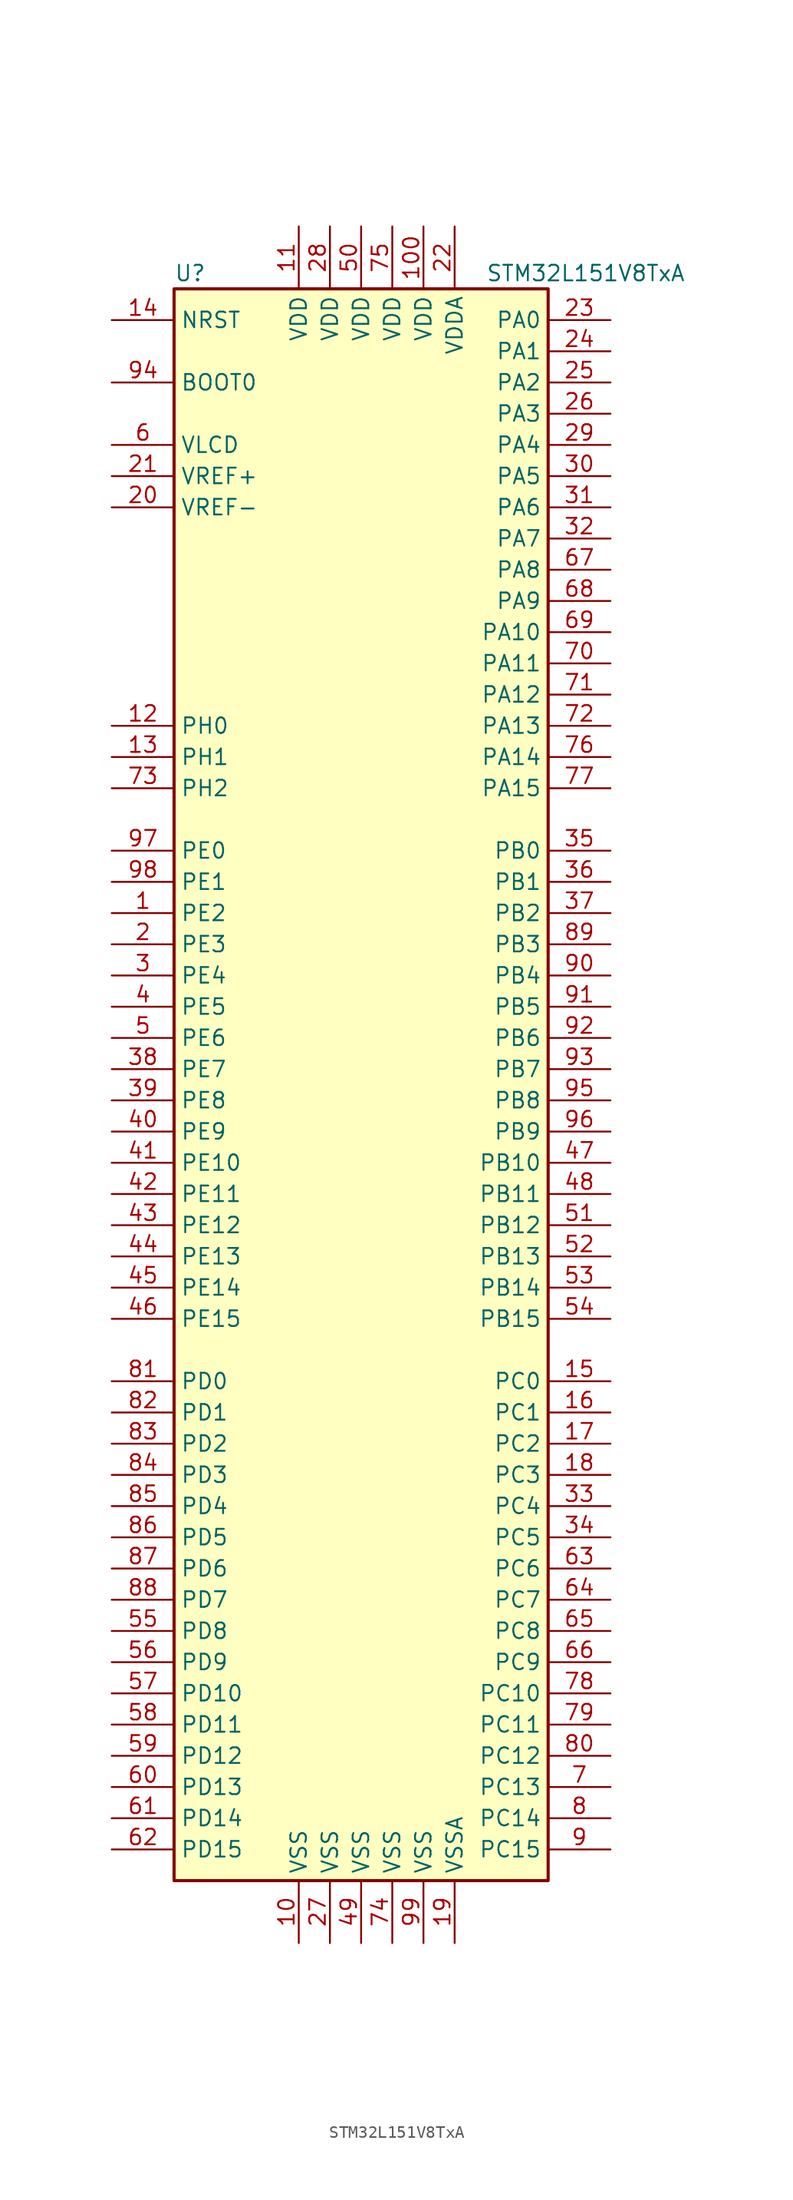
<source format=kicad_sym>
(kicad_symbol_lib
  (version 20201005)
  (generator kicad_symbol_editor)
  (symbol "STM32L151V8TxA"
    (property "Reference" "U"
      (at -15.24 64.77 0)
      (effects (font (size 1.27 1.27)) (justify left)))
    (property "Value" "STM32L151V8TxA"
      (at 10.16 64.77 0)
      (effects (font (size 1.27 1.27)) (justify left)))
    (symbol "STM32L151V8TxA_0_1"
      (rectangle (start -15.24 -66.04) (end 15.24 63.5) (stroke (width 0.254)) (fill (type background))))
    (symbol "STM32L151V8TxA_1_1"
      (pin bidirectional line (at -20.32 12.7 0) (length 5.08) (name "PE2" (effects (font (size 1.27 1.27)))) (number "1" (effects (font (size 1.27 1.27)))))
      (pin power_in line (at -5.08 -71.12 90) (length 5.08) (name "VSS" (effects (font (size 1.27 1.27)))) (number "10" (effects (font (size 1.27 1.27)))))
      (pin power_in line (at 5.08 68.58 270) (length 5.08) (name "VDD" (effects (font (size 1.27 1.27)))) (number "100" (effects (font (size 1.27 1.27)))))
      (pin power_in line (at -5.08 68.58 270) (length 5.08) (name "VDD" (effects (font (size 1.27 1.27)))) (number "11" (effects (font (size 1.27 1.27)))))
      (pin input line (at -20.32 27.94 0) (length 5.08) (name "PH0" (effects (font (size 1.27 1.27)))) (number "12" (effects (font (size 1.27 1.27)))))
      (pin input line (at -20.32 25.4 0) (length 5.08) (name "PH1" (effects (font (size 1.27 1.27)))) (number "13" (effects (font (size 1.27 1.27)))))
      (pin input line (at -20.32 60.96 0) (length 5.08) (name "NRST" (effects (font (size 1.27 1.27)))) (number "14" (effects (font (size 1.27 1.27)))))
      (pin bidirectional line (at 20.32 -25.4 180) (length 5.08) (name "PC0" (effects (font (size 1.27 1.27)))) (number "15" (effects (font (size 1.27 1.27)))))
      (pin bidirectional line (at 20.32 -27.94 180) (length 5.08) (name "PC1" (effects (font (size 1.27 1.27)))) (number "16" (effects (font (size 1.27 1.27)))))
      (pin bidirectional line (at 20.32 -30.48 180) (length 5.08) (name "PC2" (effects (font (size 1.27 1.27)))) (number "17" (effects (font (size 1.27 1.27)))))
      (pin bidirectional line (at 20.32 -33.02 180) (length 5.08) (name "PC3" (effects (font (size 1.27 1.27)))) (number "18" (effects (font (size 1.27 1.27)))))
      (pin power_in line (at 7.62 -71.12 90) (length 5.08) (name "VSSA" (effects (font (size 1.27 1.27)))) (number "19" (effects (font (size 1.27 1.27)))))
      (pin bidirectional line (at -20.32 10.16 0) (length 5.08) (name "PE3" (effects (font (size 1.27 1.27)))) (number "2" (effects (font (size 1.27 1.27)))))
      (pin power_in line (at -20.32 45.72 0) (length 5.08) (name "VREF-" (effects (font (size 1.27 1.27)))) (number "20" (effects (font (size 1.27 1.27)))))
      (pin power_in line (at -20.32 48.26 0) (length 5.08) (name "VREF+" (effects (font (size 1.27 1.27)))) (number "21" (effects (font (size 1.27 1.27)))))
      (pin power_in line (at 7.62 68.58 270) (length 5.08) (name "VDDA" (effects (font (size 1.27 1.27)))) (number "22" (effects (font (size 1.27 1.27)))))
      (pin bidirectional line (at 20.32 60.96 180) (length 5.08) (name "PA0" (effects (font (size 1.27 1.27)))) (number "23" (effects (font (size 1.27 1.27)))))
      (pin bidirectional line (at 20.32 58.42 180) (length 5.08) (name "PA1" (effects (font (size 1.27 1.27)))) (number "24" (effects (font (size 1.27 1.27)))))
      (pin bidirectional line (at 20.32 55.88 180) (length 5.08) (name "PA2" (effects (font (size 1.27 1.27)))) (number "25" (effects (font (size 1.27 1.27)))))
      (pin bidirectional line (at 20.32 53.34 180) (length 5.08) (name "PA3" (effects (font (size 1.27 1.27)))) (number "26" (effects (font (size 1.27 1.27)))))
      (pin power_in line (at -2.54 -71.12 90) (length 5.08) (name "VSS" (effects (font (size 1.27 1.27)))) (number "27" (effects (font (size 1.27 1.27)))))
      (pin power_in line (at -2.54 68.58 270) (length 5.08) (name "VDD" (effects (font (size 1.27 1.27)))) (number "28" (effects (font (size 1.27 1.27)))))
      (pin bidirectional line (at 20.32 50.8 180) (length 5.08) (name "PA4" (effects (font (size 1.27 1.27)))) (number "29" (effects (font (size 1.27 1.27)))))
      (pin bidirectional line (at -20.32 7.62 0) (length 5.08) (name "PE4" (effects (font (size 1.27 1.27)))) (number "3" (effects (font (size 1.27 1.27)))))
      (pin bidirectional line (at 20.32 48.26 180) (length 5.08) (name "PA5" (effects (font (size 1.27 1.27)))) (number "30" (effects (font (size 1.27 1.27)))))
      (pin bidirectional line (at 20.32 45.72 180) (length 5.08) (name "PA6" (effects (font (size 1.27 1.27)))) (number "31" (effects (font (size 1.27 1.27)))))
      (pin bidirectional line (at 20.32 43.18 180) (length 5.08) (name "PA7" (effects (font (size 1.27 1.27)))) (number "32" (effects (font (size 1.27 1.27)))))
      (pin bidirectional line (at 20.32 -35.56 180) (length 5.08) (name "PC4" (effects (font (size 1.27 1.27)))) (number "33" (effects (font (size 1.27 1.27)))))
      (pin bidirectional line (at 20.32 -38.1 180) (length 5.08) (name "PC5" (effects (font (size 1.27 1.27)))) (number "34" (effects (font (size 1.27 1.27)))))
      (pin bidirectional line (at 20.32 17.78 180) (length 5.08) (name "PB0" (effects (font (size 1.27 1.27)))) (number "35" (effects (font (size 1.27 1.27)))))
      (pin bidirectional line (at 20.32 15.24 180) (length 5.08) (name "PB1" (effects (font (size 1.27 1.27)))) (number "36" (effects (font (size 1.27 1.27)))))
      (pin bidirectional line (at 20.32 12.7 180) (length 5.08) (name "PB2" (effects (font (size 1.27 1.27)))) (number "37" (effects (font (size 1.27 1.27)))))
      (pin bidirectional line (at -20.32 0 0) (length 5.08) (name "PE7" (effects (font (size 1.27 1.27)))) (number "38" (effects (font (size 1.27 1.27)))))
      (pin bidirectional line (at -20.32 -2.54 0) (length 5.08) (name "PE8" (effects (font (size 1.27 1.27)))) (number "39" (effects (font (size 1.27 1.27)))))
      (pin bidirectional line (at -20.32 5.08 0) (length 5.08) (name "PE5" (effects (font (size 1.27 1.27)))) (number "4" (effects (font (size 1.27 1.27)))))
      (pin bidirectional line (at -20.32 -5.08 0) (length 5.08) (name "PE9" (effects (font (size 1.27 1.27)))) (number "40" (effects (font (size 1.27 1.27)))))
      (pin bidirectional line (at -20.32 -7.62 0) (length 5.08) (name "PE10" (effects (font (size 1.27 1.27)))) (number "41" (effects (font (size 1.27 1.27)))))
      (pin bidirectional line (at -20.32 -10.16 0) (length 5.08) (name "PE11" (effects (font (size 1.27 1.27)))) (number "42" (effects (font (size 1.27 1.27)))))
      (pin bidirectional line (at -20.32 -12.7 0) (length 5.08) (name "PE12" (effects (font (size 1.27 1.27)))) (number "43" (effects (font (size 1.27 1.27)))))
      (pin bidirectional line (at -20.32 -15.24 0) (length 5.08) (name "PE13" (effects (font (size 1.27 1.27)))) (number "44" (effects (font (size 1.27 1.27)))))
      (pin bidirectional line (at -20.32 -17.78 0) (length 5.08) (name "PE14" (effects (font (size 1.27 1.27)))) (number "45" (effects (font (size 1.27 1.27)))))
      (pin bidirectional line (at -20.32 -20.32 0) (length 5.08) (name "PE15" (effects (font (size 1.27 1.27)))) (number "46" (effects (font (size 1.27 1.27)))))
      (pin bidirectional line (at 20.32 -7.62 180) (length 5.08) (name "PB10" (effects (font (size 1.27 1.27)))) (number "47" (effects (font (size 1.27 1.27)))))
      (pin bidirectional line (at 20.32 -10.16 180) (length 5.08) (name "PB11" (effects (font (size 1.27 1.27)))) (number "48" (effects (font (size 1.27 1.27)))))
      (pin power_in line (at 0 -71.12 90) (length 5.08) (name "VSS" (effects (font (size 1.27 1.27)))) (number "49" (effects (font (size 1.27 1.27)))))
      (pin bidirectional line (at -20.32 2.54 0) (length 5.08) (name "PE6" (effects (font (size 1.27 1.27)))) (number "5" (effects (font (size 1.27 1.27)))))
      (pin power_in line (at 0 68.58 270) (length 5.08) (name "VDD" (effects (font (size 1.27 1.27)))) (number "50" (effects (font (size 1.27 1.27)))))
      (pin bidirectional line (at 20.32 -12.7 180) (length 5.08) (name "PB12" (effects (font (size 1.27 1.27)))) (number "51" (effects (font (size 1.27 1.27)))))
      (pin bidirectional line (at 20.32 -15.24 180) (length 5.08) (name "PB13" (effects (font (size 1.27 1.27)))) (number "52" (effects (font (size 1.27 1.27)))))
      (pin bidirectional line (at 20.32 -17.78 180) (length 5.08) (name "PB14" (effects (font (size 1.27 1.27)))) (number "53" (effects (font (size 1.27 1.27)))))
      (pin bidirectional line (at 20.32 -20.32 180) (length 5.08) (name "PB15" (effects (font (size 1.27 1.27)))) (number "54" (effects (font (size 1.27 1.27)))))
      (pin bidirectional line (at -20.32 -45.72 0) (length 5.08) (name "PD8" (effects (font (size 1.27 1.27)))) (number "55" (effects (font (size 1.27 1.27)))))
      (pin bidirectional line (at -20.32 -48.26 0) (length 5.08) (name "PD9" (effects (font (size 1.27 1.27)))) (number "56" (effects (font (size 1.27 1.27)))))
      (pin bidirectional line (at -20.32 -50.8 0) (length 5.08) (name "PD10" (effects (font (size 1.27 1.27)))) (number "57" (effects (font (size 1.27 1.27)))))
      (pin bidirectional line (at -20.32 -53.34 0) (length 5.08) (name "PD11" (effects (font (size 1.27 1.27)))) (number "58" (effects (font (size 1.27 1.27)))))
      (pin bidirectional line (at -20.32 -55.88 0) (length 5.08) (name "PD12" (effects (font (size 1.27 1.27)))) (number "59" (effects (font (size 1.27 1.27)))))
      (pin power_in line (at -20.32 50.8 0) (length 5.08) (name "VLCD" (effects (font (size 1.27 1.27)))) (number "6" (effects (font (size 1.27 1.27)))))
      (pin bidirectional line (at -20.32 -58.42 0) (length 5.08) (name "PD13" (effects (font (size 1.27 1.27)))) (number "60" (effects (font (size 1.27 1.27)))))
      (pin bidirectional line (at -20.32 -60.96 0) (length 5.08) (name "PD14" (effects (font (size 1.27 1.27)))) (number "61" (effects (font (size 1.27 1.27)))))
      (pin bidirectional line (at -20.32 -63.5 0) (length 5.08) (name "PD15" (effects (font (size 1.27 1.27)))) (number "62" (effects (font (size 1.27 1.27)))))
      (pin bidirectional line (at 20.32 -40.64 180) (length 5.08) (name "PC6" (effects (font (size 1.27 1.27)))) (number "63" (effects (font (size 1.27 1.27)))))
      (pin bidirectional line (at 20.32 -43.18 180) (length 5.08) (name "PC7" (effects (font (size 1.27 1.27)))) (number "64" (effects (font (size 1.27 1.27)))))
      (pin bidirectional line (at 20.32 -45.72 180) (length 5.08) (name "PC8" (effects (font (size 1.27 1.27)))) (number "65" (effects (font (size 1.27 1.27)))))
      (pin bidirectional line (at 20.32 -48.26 180) (length 5.08) (name "PC9" (effects (font (size 1.27 1.27)))) (number "66" (effects (font (size 1.27 1.27)))))
      (pin bidirectional line (at 20.32 40.64 180) (length 5.08) (name "PA8" (effects (font (size 1.27 1.27)))) (number "67" (effects (font (size 1.27 1.27)))))
      (pin bidirectional line (at 20.32 38.1 180) (length 5.08) (name "PA9" (effects (font (size 1.27 1.27)))) (number "68" (effects (font (size 1.27 1.27)))))
      (pin bidirectional line (at 20.32 35.56 180) (length 5.08) (name "PA10" (effects (font (size 1.27 1.27)))) (number "69" (effects (font (size 1.27 1.27)))))
      (pin bidirectional line (at 20.32 -58.42 180) (length 5.08) (name "PC13" (effects (font (size 1.27 1.27)))) (number "7" (effects (font (size 1.27 1.27)))))
      (pin bidirectional line (at 20.32 33.02 180) (length 5.08) (name "PA11" (effects (font (size 1.27 1.27)))) (number "70" (effects (font (size 1.27 1.27)))))
      (pin bidirectional line (at 20.32 30.48 180) (length 5.08) (name "PA12" (effects (font (size 1.27 1.27)))) (number "71" (effects (font (size 1.27 1.27)))))
      (pin bidirectional line (at 20.32 27.94 180) (length 5.08) (name "PA13" (effects (font (size 1.27 1.27)))) (number "72" (effects (font (size 1.27 1.27)))))
      (pin bidirectional line (at -20.32 22.86 0) (length 5.08) (name "PH2" (effects (font (size 1.27 1.27)))) (number "73" (effects (font (size 1.27 1.27)))))
      (pin power_in line (at 2.54 -71.12 90) (length 5.08) (name "VSS" (effects (font (size 1.27 1.27)))) (number "74" (effects (font (size 1.27 1.27)))))
      (pin power_in line (at 2.54 68.58 270) (length 5.08) (name "VDD" (effects (font (size 1.27 1.27)))) (number "75" (effects (font (size 1.27 1.27)))))
      (pin bidirectional line (at 20.32 25.4 180) (length 5.08) (name "PA14" (effects (font (size 1.27 1.27)))) (number "76" (effects (font (size 1.27 1.27)))))
      (pin bidirectional line (at 20.32 22.86 180) (length 5.08) (name "PA15" (effects (font (size 1.27 1.27)))) (number "77" (effects (font (size 1.27 1.27)))))
      (pin bidirectional line (at 20.32 -50.8 180) (length 5.08) (name "PC10" (effects (font (size 1.27 1.27)))) (number "78" (effects (font (size 1.27 1.27)))))
      (pin bidirectional line (at 20.32 -53.34 180) (length 5.08) (name "PC11" (effects (font (size 1.27 1.27)))) (number "79" (effects (font (size 1.27 1.27)))))
      (pin bidirectional line (at 20.32 -60.96 180) (length 5.08) (name "PC14" (effects (font (size 1.27 1.27)))) (number "8" (effects (font (size 1.27 1.27)))))
      (pin bidirectional line (at 20.32 -55.88 180) (length 5.08) (name "PC12" (effects (font (size 1.27 1.27)))) (number "80" (effects (font (size 1.27 1.27)))))
      (pin bidirectional line (at -20.32 -25.4 0) (length 5.08) (name "PD0" (effects (font (size 1.27 1.27)))) (number "81" (effects (font (size 1.27 1.27)))))
      (pin bidirectional line (at -20.32 -27.94 0) (length 5.08) (name "PD1" (effects (font (size 1.27 1.27)))) (number "82" (effects (font (size 1.27 1.27)))))
      (pin bidirectional line (at -20.32 -30.48 0) (length 5.08) (name "PD2" (effects (font (size 1.27 1.27)))) (number "83" (effects (font (size 1.27 1.27)))))
      (pin bidirectional line (at -20.32 -33.02 0) (length 5.08) (name "PD3" (effects (font (size 1.27 1.27)))) (number "84" (effects (font (size 1.27 1.27)))))
      (pin bidirectional line (at -20.32 -35.56 0) (length 5.08) (name "PD4" (effects (font (size 1.27 1.27)))) (number "85" (effects (font (size 1.27 1.27)))))
      (pin bidirectional line (at -20.32 -38.1 0) (length 5.08) (name "PD5" (effects (font (size 1.27 1.27)))) (number "86" (effects (font (size 1.27 1.27)))))
      (pin bidirectional line (at -20.32 -40.64 0) (length 5.08) (name "PD6" (effects (font (size 1.27 1.27)))) (number "87" (effects (font (size 1.27 1.27)))))
      (pin bidirectional line (at -20.32 -43.18 0) (length 5.08) (name "PD7" (effects (font (size 1.27 1.27)))) (number "88" (effects (font (size 1.27 1.27)))))
      (pin bidirectional line (at 20.32 10.16 180) (length 5.08) (name "PB3" (effects (font (size 1.27 1.27)))) (number "89" (effects (font (size 1.27 1.27)))))
      (pin bidirectional line (at 20.32 -63.5 180) (length 5.08) (name "PC15" (effects (font (size 1.27 1.27)))) (number "9" (effects (font (size 1.27 1.27)))))
      (pin bidirectional line (at 20.32 7.62 180) (length 5.08) (name "PB4" (effects (font (size 1.27 1.27)))) (number "90" (effects (font (size 1.27 1.27)))))
      (pin bidirectional line (at 20.32 5.08 180) (length 5.08) (name "PB5" (effects (font (size 1.27 1.27)))) (number "91" (effects (font (size 1.27 1.27)))))
      (pin bidirectional line (at 20.32 2.54 180) (length 5.08) (name "PB6" (effects (font (size 1.27 1.27)))) (number "92" (effects (font (size 1.27 1.27)))))
      (pin bidirectional line (at 20.32 0 180) (length 5.08) (name "PB7" (effects (font (size 1.27 1.27)))) (number "93" (effects (font (size 1.27 1.27)))))
      (pin input line (at -20.32 55.88 0) (length 5.08) (name "BOOT0" (effects (font (size 1.27 1.27)))) (number "94" (effects (font (size 1.27 1.27)))))
      (pin bidirectional line (at 20.32 -2.54 180) (length 5.08) (name "PB8" (effects (font (size 1.27 1.27)))) (number "95" (effects (font (size 1.27 1.27)))))
      (pin bidirectional line (at 20.32 -5.08 180) (length 5.08) (name "PB9" (effects (font (size 1.27 1.27)))) (number "96" (effects (font (size 1.27 1.27)))))
      (pin bidirectional line (at -20.32 17.78 0) (length 5.08) (name "PE0" (effects (font (size 1.27 1.27)))) (number "97" (effects (font (size 1.27 1.27)))))
      (pin bidirectional line (at -20.32 15.24 0) (length 5.08) (name "PE1" (effects (font (size 1.27 1.27)))) (number "98" (effects (font (size 1.27 1.27)))))
      (pin power_in line (at 5.08 -71.12 90) (length 5.08) (name "VSS" (effects (font (size 1.27 1.27)))) (number "99" (effects (font (size 1.27 1.27))))))))
</source>
